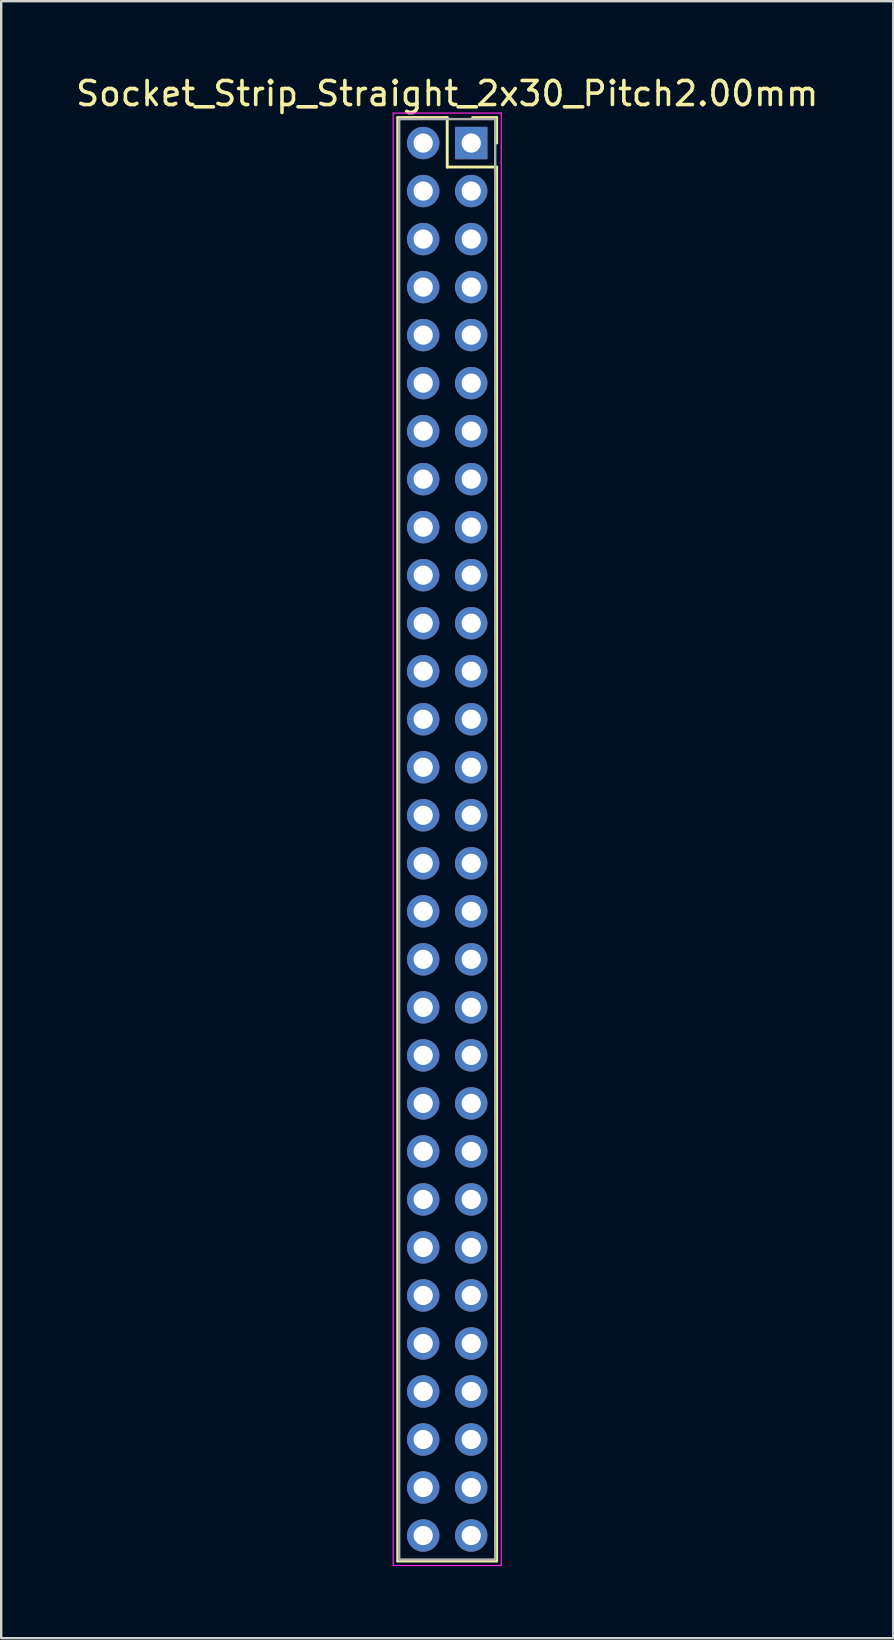
<source format=kicad_pcb>
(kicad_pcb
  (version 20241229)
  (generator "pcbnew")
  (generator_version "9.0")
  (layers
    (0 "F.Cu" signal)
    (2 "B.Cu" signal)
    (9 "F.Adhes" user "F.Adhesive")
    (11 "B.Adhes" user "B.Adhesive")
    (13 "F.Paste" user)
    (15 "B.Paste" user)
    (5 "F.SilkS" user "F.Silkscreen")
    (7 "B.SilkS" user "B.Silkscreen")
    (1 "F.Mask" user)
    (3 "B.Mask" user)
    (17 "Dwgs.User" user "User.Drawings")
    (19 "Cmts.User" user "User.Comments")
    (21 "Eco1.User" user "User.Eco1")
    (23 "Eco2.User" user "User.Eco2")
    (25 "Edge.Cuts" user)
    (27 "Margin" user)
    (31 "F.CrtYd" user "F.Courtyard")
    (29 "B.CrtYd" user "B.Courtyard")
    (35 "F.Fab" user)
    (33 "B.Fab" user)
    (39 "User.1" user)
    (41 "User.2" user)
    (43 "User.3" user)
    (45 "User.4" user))
  (footprint "Socket_Strip_Straight_2x30_Pitch2.00mm"
    (layer "F.Cu")
    (at 16.577 2.908)
    (property "Reference" "Socket_Strip_Straight_2x30_Pitch2.00mm" (at -1 -2.06 0) (layer "F.SilkS") (effects (font (size 1 1) (thickness 0.15))))
    (attr through_hole)
    (fp_line (start -3.06 -1.06) (end -1 -1.06) (stroke (width 0.12) (type solid)) (layer "F.SilkS"))
    (fp_line (start -3.06 59.06) (end -3.06 -1.06) (stroke (width 0.12) (type solid)) (layer "F.SilkS"))
    (fp_line (start -1 -1.06) (end -1 1) (stroke (width 0.12) (type solid)) (layer "F.SilkS"))
    (fp_line (start -1 1) (end 1.06 1) (stroke (width 0.12) (type solid)) (layer "F.SilkS"))
    (fp_line (start 1.06 -1.06) (end 0.06 -1.06) (stroke (width 0.12) (type solid)) (layer "F.SilkS"))
    (fp_line (start 1.06 0) (end 1.06 -1.06) (stroke (width 0.12) (type solid)) (layer "F.SilkS"))
    (fp_line (start 1.06 1) (end 1.06 59.06) (stroke (width 0.12) (type solid)) (layer "F.SilkS"))
    (fp_line (start 1.06 59.06) (end -3.06 59.06) (stroke (width 0.12) (type solid)) (layer "F.SilkS"))
    (fp_line (start -3.25 -1.25) (end -3.25 59.25) (stroke (width 0.05) (type solid)) (layer "F.CrtYd"))
    (fp_line (start -3.25 59.25) (end 1.25 59.25) (stroke (width 0.05) (type solid)) (layer "F.CrtYd"))
    (fp_line (start 1.25 -1.25) (end -3.25 -1.25) (stroke (width 0.05) (type solid)) (layer "F.CrtYd"))
    (fp_line (start 1.25 59.25) (end 1.25 -1.25) (stroke (width 0.05) (type solid)) (layer "F.CrtYd"))
    (fp_line (start -3 -1) (end -3 59) (stroke (width 0.1) (type solid)) (layer "F.Fab"))
    (fp_line (start -3 59) (end 1 59) (stroke (width 0.1) (type solid)) (layer "F.Fab"))
    (fp_line (start 1 -1) (end -3 -1) (stroke (width 0.1) (type solid)) (layer "F.Fab"))
    (fp_line (start 1 59) (end 1 -1) (stroke (width 0.1) (type solid)) (layer "F.Fab"))
    (pad "1" thru_hole rect (at 0 0) (size 1.35 1.35) (drill 0.8) (layers "*.Cu" "*.Mask"))
    (pad "2" thru_hole oval (at -2 0) (size 1.35 1.35) (drill 0.8) (layers "*.Cu" "*.Mask"))
    (pad "3" thru_hole oval (at 0 2) (size 1.35 1.35) (drill 0.8) (layers "*.Cu" "*.Mask"))
    (pad "4" thru_hole oval (at -2 2) (size 1.35 1.35) (drill 0.8) (layers "*.Cu" "*.Mask"))
    (pad "5" thru_hole oval (at 0 4) (size 1.35 1.35) (drill 0.8) (layers "*.Cu" "*.Mask"))
    (pad "6" thru_hole oval (at -2 4) (size 1.35 1.35) (drill 0.8) (layers "*.Cu" "*.Mask"))
    (pad "7" thru_hole oval (at 0 6) (size 1.35 1.35) (drill 0.8) (layers "*.Cu" "*.Mask"))
    (pad "8" thru_hole oval (at -2 6) (size 1.35 1.35) (drill 0.8) (layers "*.Cu" "*.Mask"))
    (pad "9" thru_hole oval (at 0 8) (size 1.35 1.35) (drill 0.8) (layers "*.Cu" "*.Mask"))
    (pad "10" thru_hole oval (at -2 8) (size 1.35 1.35) (drill 0.8) (layers "*.Cu" "*.Mask"))
    (pad "11" thru_hole oval (at 0 10) (size 1.35 1.35) (drill 0.8) (layers "*.Cu" "*.Mask"))
    (pad "12" thru_hole oval (at -2 10) (size 1.35 1.35) (drill 0.8) (layers "*.Cu" "*.Mask"))
    (pad "13" thru_hole oval (at 0 12) (size 1.35 1.35) (drill 0.8) (layers "*.Cu" "*.Mask"))
    (pad "14" thru_hole oval (at -2 12) (size 1.35 1.35) (drill 0.8) (layers "*.Cu" "*.Mask"))
    (pad "15" thru_hole oval (at 0 14) (size 1.35 1.35) (drill 0.8) (layers "*.Cu" "*.Mask"))
    (pad "16" thru_hole oval (at -2 14) (size 1.35 1.35) (drill 0.8) (layers "*.Cu" "*.Mask"))
    (pad "17" thru_hole oval (at 0 16) (size 1.35 1.35) (drill 0.8) (layers "*.Cu" "*.Mask"))
    (pad "18" thru_hole oval (at -2 16) (size 1.35 1.35) (drill 0.8) (layers "*.Cu" "*.Mask"))
    (pad "19" thru_hole oval (at 0 18) (size 1.35 1.35) (drill 0.8) (layers "*.Cu" "*.Mask"))
    (pad "20" thru_hole oval (at -2 18) (size 1.35 1.35) (drill 0.8) (layers "*.Cu" "*.Mask"))
    (pad "21" thru_hole oval (at 0 20) (size 1.35 1.35) (drill 0.8) (layers "*.Cu" "*.Mask"))
    (pad "22" thru_hole oval (at -2 20) (size 1.35 1.35) (drill 0.8) (layers "*.Cu" "*.Mask"))
    (pad "23" thru_hole oval (at 0 22) (size 1.35 1.35) (drill 0.8) (layers "*.Cu" "*.Mask"))
    (pad "24" thru_hole oval (at -2 22) (size 1.35 1.35) (drill 0.8) (layers "*.Cu" "*.Mask"))
    (pad "25" thru_hole oval (at 0 24) (size 1.35 1.35) (drill 0.8) (layers "*.Cu" "*.Mask"))
    (pad "26" thru_hole oval (at -2 24) (size 1.35 1.35) (drill 0.8) (layers "*.Cu" "*.Mask"))
    (pad "27" thru_hole oval (at 0 26) (size 1.35 1.35) (drill 0.8) (layers "*.Cu" "*.Mask"))
    (pad "28" thru_hole oval (at -2 26) (size 1.35 1.35) (drill 0.8) (layers "*.Cu" "*.Mask"))
    (pad "29" thru_hole oval (at 0 28) (size 1.35 1.35) (drill 0.8) (layers "*.Cu" "*.Mask"))
    (pad "30" thru_hole oval (at -2 28) (size 1.35 1.35) (drill 0.8) (layers "*.Cu" "*.Mask"))
    (pad "31" thru_hole oval (at 0 30) (size 1.35 1.35) (drill 0.8) (layers "*.Cu" "*.Mask"))
    (pad "32" thru_hole oval (at -2 30) (size 1.35 1.35) (drill 0.8) (layers "*.Cu" "*.Mask"))
    (pad "33" thru_hole oval (at 0 32) (size 1.35 1.35) (drill 0.8) (layers "*.Cu" "*.Mask"))
    (pad "34" thru_hole oval (at -2 32) (size 1.35 1.35) (drill 0.8) (layers "*.Cu" "*.Mask"))
    (pad "35" thru_hole oval (at 0 34) (size 1.35 1.35) (drill 0.8) (layers "*.Cu" "*.Mask"))
    (pad "36" thru_hole oval (at -2 34) (size 1.35 1.35) (drill 0.8) (layers "*.Cu" "*.Mask"))
    (pad "37" thru_hole oval (at 0 36) (size 1.35 1.35) (drill 0.8) (layers "*.Cu" "*.Mask"))
    (pad "38" thru_hole oval (at -2 36) (size 1.35 1.35) (drill 0.8) (layers "*.Cu" "*.Mask"))
    (pad "39" thru_hole oval (at 0 38) (size 1.35 1.35) (drill 0.8) (layers "*.Cu" "*.Mask"))
    (pad "40" thru_hole oval (at -2 38) (size 1.35 1.35) (drill 0.8) (layers "*.Cu" "*.Mask"))
    (pad "41" thru_hole oval (at 0 40) (size 1.35 1.35) (drill 0.8) (layers "*.Cu" "*.Mask"))
    (pad "42" thru_hole oval (at -2 40) (size 1.35 1.35) (drill 0.8) (layers "*.Cu" "*.Mask"))
    (pad "43" thru_hole oval (at 0 42) (size 1.35 1.35) (drill 0.8) (layers "*.Cu" "*.Mask"))
    (pad "44" thru_hole oval (at -2 42) (size 1.35 1.35) (drill 0.8) (layers "*.Cu" "*.Mask"))
    (pad "45" thru_hole oval (at 0 44) (size 1.35 1.35) (drill 0.8) (layers "*.Cu" "*.Mask"))
    (pad "46" thru_hole oval (at -2 44) (size 1.35 1.35) (drill 0.8) (layers "*.Cu" "*.Mask"))
    (pad "47" thru_hole oval (at 0 46) (size 1.35 1.35) (drill 0.8) (layers "*.Cu" "*.Mask"))
    (pad "48" thru_hole oval (at -2 46) (size 1.35 1.35) (drill 0.8) (layers "*.Cu" "*.Mask"))
    (pad "49" thru_hole oval (at 0 48) (size 1.35 1.35) (drill 0.8) (layers "*.Cu" "*.Mask"))
    (pad "50" thru_hole oval (at -2 48) (size 1.35 1.35) (drill 0.8) (layers "*.Cu" "*.Mask"))
    (pad "51" thru_hole oval (at 0 50) (size 1.35 1.35) (drill 0.8) (layers "*.Cu" "*.Mask"))
    (pad "52" thru_hole oval (at -2 50) (size 1.35 1.35) (drill 0.8) (layers "*.Cu" "*.Mask"))
    (pad "53" thru_hole oval (at 0 52) (size 1.35 1.35) (drill 0.8) (layers "*.Cu" "*.Mask"))
    (pad "54" thru_hole oval (at -2 52) (size 1.35 1.35) (drill 0.8) (layers "*.Cu" "*.Mask"))
    (pad "55" thru_hole oval (at 0 54) (size 1.35 1.35) (drill 0.8) (layers "*.Cu" "*.Mask"))
    (pad "56" thru_hole oval (at -2 54) (size 1.35 1.35) (drill 0.8) (layers "*.Cu" "*.Mask"))
    (pad "57" thru_hole oval (at 0 56) (size 1.35 1.35) (drill 0.8) (layers "*.Cu" "*.Mask"))
    (pad "58" thru_hole oval (at -2 56) (size 1.35 1.35) (drill 0.8) (layers "*.Cu" "*.Mask"))
    (pad "59" thru_hole oval (at 0 58) (size 1.35 1.35) (drill 0.8) (layers "*.Cu" "*.Mask"))
    (pad "60" thru_hole oval (at -2 58) (size 1.35 1.35) (drill 0.8) (layers "*.Cu" "*.Mask")))
  (gr_rect
    (start -3 -3)
    (end 34.155 65.183)
    (stroke (width 0.1) (type default))
    (fill no)
    (layer "Edge.Cuts")))
</source>
